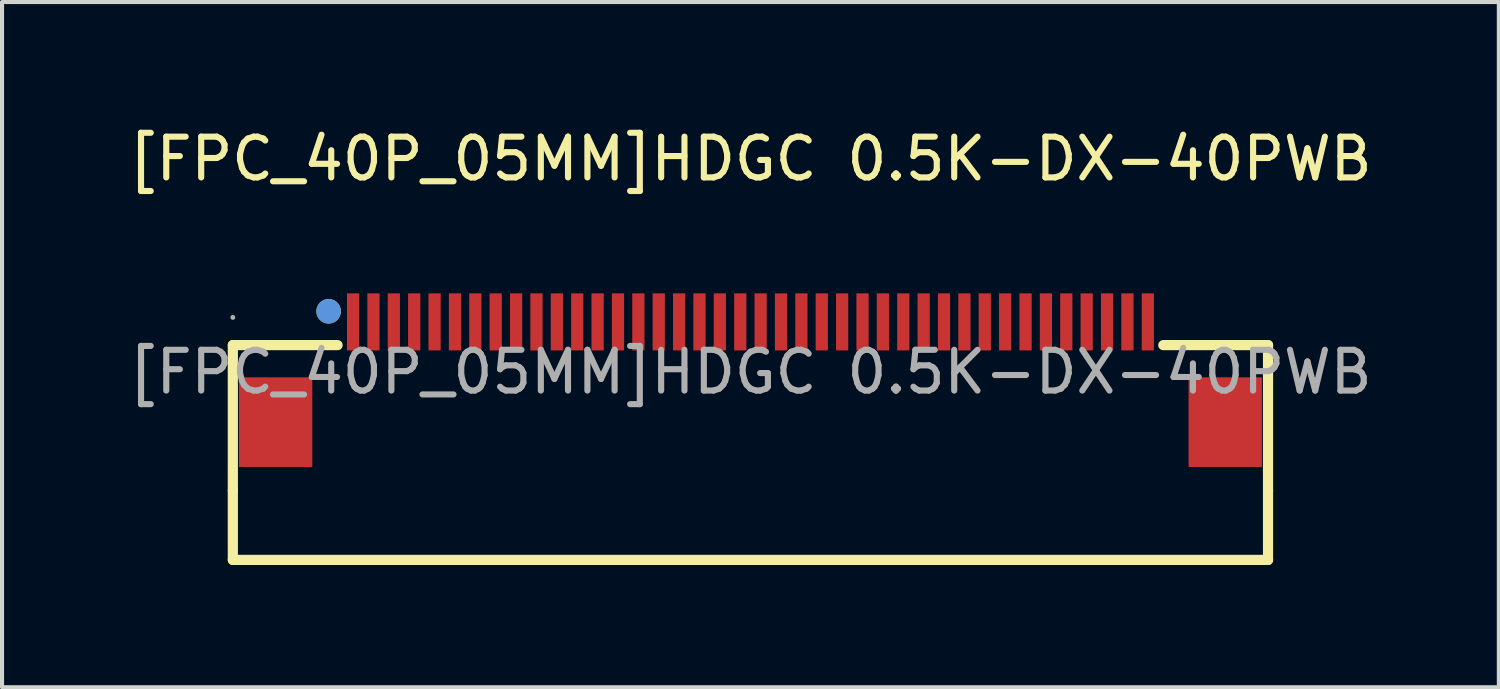
<source format=kicad_pcb>
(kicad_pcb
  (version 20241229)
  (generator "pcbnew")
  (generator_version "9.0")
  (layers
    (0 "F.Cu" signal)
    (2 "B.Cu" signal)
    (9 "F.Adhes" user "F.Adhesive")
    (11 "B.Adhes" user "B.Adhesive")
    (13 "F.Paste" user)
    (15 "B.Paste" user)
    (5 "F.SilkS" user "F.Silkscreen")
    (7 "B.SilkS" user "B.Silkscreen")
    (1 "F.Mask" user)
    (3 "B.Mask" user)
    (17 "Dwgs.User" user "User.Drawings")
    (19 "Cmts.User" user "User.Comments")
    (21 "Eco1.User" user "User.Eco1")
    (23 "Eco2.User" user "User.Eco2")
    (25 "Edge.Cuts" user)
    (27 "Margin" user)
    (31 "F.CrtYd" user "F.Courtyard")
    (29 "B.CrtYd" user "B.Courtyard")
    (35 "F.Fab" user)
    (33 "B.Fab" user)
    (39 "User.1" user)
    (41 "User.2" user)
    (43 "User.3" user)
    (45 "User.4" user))
  (footprint "[FPC_40P_05MM]HDGC 0.5K-DX-40PWB"
    (layer "F.Cu")
    (at 15.363 6.078)
    (property "Reference" "[FPC_40P_05MM]HDGC 0.5K-DX-40PWB" (at 0 -5.23 0) (layer "F.SilkS") (effects (font (size 1 1) (thickness 0.15))))
    (attr smd)
    (fp_line (start -12.7 -0.66) (end -12.64 -0.66) (stroke (width 0.25) (type solid)) (layer "F.SilkS"))
    (fp_line (start -12.7 2.91) (end -12.7 -0.66) (stroke (width 0.25) (type solid)) (layer "F.SilkS"))
    (fp_line (start -12.7 4.61) (end -12.7 2.91) (stroke (width 0.25) (type solid)) (layer "F.SilkS"))
    (fp_line (start -12.64 -0.66) (end -10.13 -0.66) (stroke (width 0.25) (type solid)) (layer "F.SilkS"))
    (fp_line (start 10.13 -0.66) (end 12.7 -0.66) (stroke (width 0.25) (type solid)) (layer "F.SilkS"))
    (fp_line (start 12.7 -0.66) (end 12.7 2.91) (stroke (width 0.25) (type solid)) (layer "F.SilkS"))
    (fp_line (start 12.7 4.61) (end -12.7 4.61) (stroke (width 0.25) (type solid)) (layer "F.SilkS"))
    (fp_line (start 12.7 4.61) (end 12.7 2.91) (stroke (width 0.25) (type solid)) (layer "F.SilkS"))
    (fp_circle (center -10.35 -1.49) (end -10.2 -1.49) (stroke (width 0.3) (type solid)) (fill no) (layer "F.SilkS"))
    (fp_circle (center -10.35 -1.49) (end -10.2 -1.49) (stroke (width 0.3) (type solid)) (fill no) (layer "Cmts.User"))
    (fp_circle (center -12.7 -1.34) (end -12.67 -1.34) (stroke (width 0.06) (type solid)) (fill no) (layer "F.Fab"))
    (fp_text user "${REFERENCE}" (at 0 0 0) (layer "F.Fab") (effects (font (size 1 1) (thickness 0.15))))
    (pad "1" smd rect (at -9.75 -1.23) (size 0.3 1.4) (layers "F.Cu" "F.Mask" "F.Paste"))
    (pad "2" smd rect (at -9.25 -1.23) (size 0.3 1.4) (layers "F.Cu" "F.Mask" "F.Paste"))
    (pad "3" smd rect (at -8.75 -1.23) (size 0.3 1.4) (layers "F.Cu" "F.Mask" "F.Paste"))
    (pad "4" smd rect (at -8.25 -1.23) (size 0.3 1.4) (layers "F.Cu" "F.Mask" "F.Paste"))
    (pad "5" smd rect (at -7.75 -1.23) (size 0.3 1.4) (layers "F.Cu" "F.Mask" "F.Paste"))
    (pad "6" smd rect (at -7.25 -1.23) (size 0.3 1.4) (layers "F.Cu" "F.Mask" "F.Paste"))
    (pad "7" smd rect (at -6.75 -1.23) (size 0.3 1.4) (layers "F.Cu" "F.Mask" "F.Paste"))
    (pad "8" smd rect (at -6.25 -1.23) (size 0.3 1.4) (layers "F.Cu" "F.Mask" "F.Paste"))
    (pad "9" smd rect (at -5.75 -1.23) (size 0.3 1.4) (layers "F.Cu" "F.Mask" "F.Paste"))
    (pad "10" smd rect (at -5.25 -1.23) (size 0.3 1.4) (layers "F.Cu" "F.Mask" "F.Paste"))
    (pad "11" smd rect (at -4.75 -1.23) (size 0.3 1.4) (layers "F.Cu" "F.Mask" "F.Paste"))
    (pad "12" smd rect (at -4.25 -1.23) (size 0.3 1.4) (layers "F.Cu" "F.Mask" "F.Paste"))
    (pad "13" smd rect (at -3.75 -1.23) (size 0.3 1.4) (layers "F.Cu" "F.Mask" "F.Paste"))
    (pad "14" smd rect (at -3.25 -1.23) (size 0.3 1.4) (layers "F.Cu" "F.Mask" "F.Paste"))
    (pad "15" smd rect (at -2.75 -1.23) (size 0.3 1.4) (layers "F.Cu" "F.Mask" "F.Paste"))
    (pad "16" smd rect (at -2.25 -1.23) (size 0.3 1.4) (layers "F.Cu" "F.Mask" "F.Paste"))
    (pad "17" smd rect (at -1.75 -1.23) (size 0.3 1.4) (layers "F.Cu" "F.Mask" "F.Paste"))
    (pad "18" smd rect (at -1.25 -1.23) (size 0.3 1.4) (layers "F.Cu" "F.Mask" "F.Paste"))
    (pad "19" smd rect (at -0.75 -1.23) (size 0.3 1.4) (layers "F.Cu" "F.Mask" "F.Paste"))
    (pad "20" smd rect (at -0.25 -1.23) (size 0.3 1.4) (layers "F.Cu" "F.Mask" "F.Paste"))
    (pad "21" smd rect (at 0.25 -1.23) (size 0.3 1.4) (layers "F.Cu" "F.Mask" "F.Paste"))
    (pad "22" smd rect (at 0.75 -1.23) (size 0.3 1.4) (layers "F.Cu" "F.Mask" "F.Paste"))
    (pad "23" smd rect (at 1.25 -1.23) (size 0.3 1.4) (layers "F.Cu" "F.Mask" "F.Paste"))
    (pad "24" smd rect (at 1.75 -1.23) (size 0.3 1.4) (layers "F.Cu" "F.Mask" "F.Paste"))
    (pad "25" smd rect (at 2.25 -1.23) (size 0.3 1.4) (layers "F.Cu" "F.Mask" "F.Paste"))
    (pad "26" smd rect (at 2.75 -1.23) (size 0.3 1.4) (layers "F.Cu" "F.Mask" "F.Paste"))
    (pad "27" smd rect (at 3.25 -1.23) (size 0.3 1.4) (layers "F.Cu" "F.Mask" "F.Paste"))
    (pad "28" smd rect (at 3.75 -1.23) (size 0.3 1.4) (layers "F.Cu" "F.Mask" "F.Paste"))
    (pad "29" smd rect (at 4.25 -1.23) (size 0.3 1.4) (layers "F.Cu" "F.Mask" "F.Paste"))
    (pad "30" smd rect (at 4.75 -1.23) (size 0.3 1.4) (layers "F.Cu" "F.Mask" "F.Paste"))
    (pad "31" smd rect (at 5.25 -1.23) (size 0.3 1.4) (layers "F.Cu" "F.Mask" "F.Paste"))
    (pad "32" smd rect (at 5.75 -1.23) (size 0.3 1.4) (layers "F.Cu" "F.Mask" "F.Paste"))
    (pad "33" smd rect (at 6.25 -1.23) (size 0.3 1.4) (layers "F.Cu" "F.Mask" "F.Paste"))
    (pad "34" smd rect (at 6.75 -1.23) (size 0.3 1.4) (layers "F.Cu" "F.Mask" "F.Paste"))
    (pad "35" smd rect (at 7.25 -1.23) (size 0.3 1.4) (layers "F.Cu" "F.Mask" "F.Paste"))
    (pad "36" smd rect (at 7.75 -1.23) (size 0.3 1.4) (layers "F.Cu" "F.Mask" "F.Paste"))
    (pad "37" smd rect (at 8.25 -1.23) (size 0.3 1.4) (layers "F.Cu" "F.Mask" "F.Paste"))
    (pad "38" smd rect (at 8.75 -1.23) (size 0.3 1.4) (layers "F.Cu" "F.Mask" "F.Paste"))
    (pad "39" smd rect (at 9.25 -1.23) (size 0.3 1.4) (layers "F.Cu" "F.Mask" "F.Paste"))
    (pad "40" smd rect (at 9.75 -1.23) (size 0.3 1.4) (layers "F.Cu" "F.Mask" "F.Paste"))
    (pad "41" smd rect (at 11.65 1.23) (size 1.8 2.2) (layers "F.Cu" "F.Mask" "F.Paste"))
    (pad "42" smd rect (at -11.65 1.23) (size 1.8 2.2) (layers "F.Cu" "F.Mask" "F.Paste")))
  (gr_rect
    (start -3 -3)
    (end 33.726 13.813)
    (stroke (width 0.1) (type default))
    (fill no)
    (layer "Edge.Cuts")))
</source>
